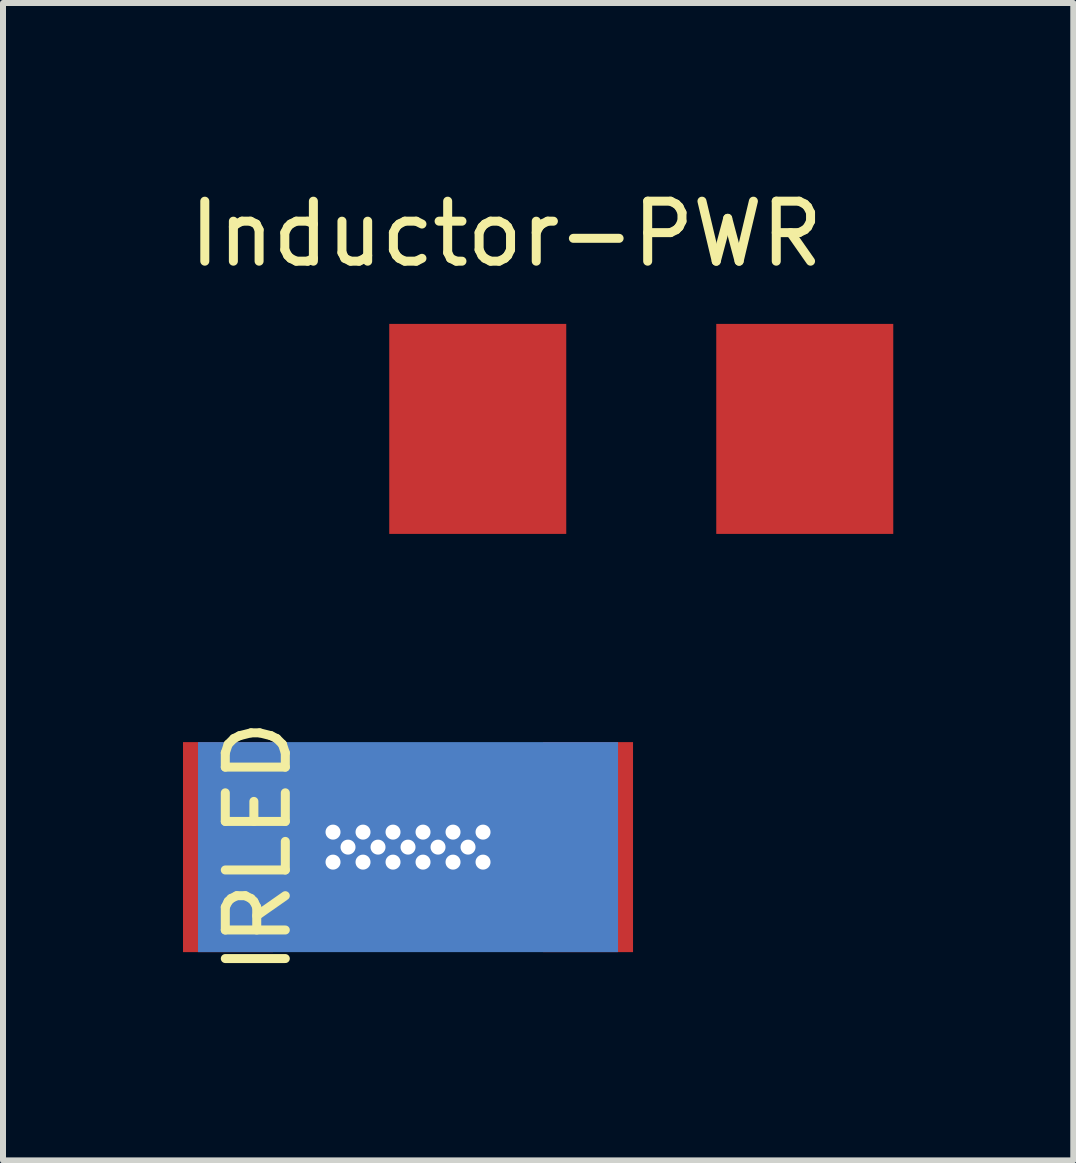
<source format=kicad_pcb>
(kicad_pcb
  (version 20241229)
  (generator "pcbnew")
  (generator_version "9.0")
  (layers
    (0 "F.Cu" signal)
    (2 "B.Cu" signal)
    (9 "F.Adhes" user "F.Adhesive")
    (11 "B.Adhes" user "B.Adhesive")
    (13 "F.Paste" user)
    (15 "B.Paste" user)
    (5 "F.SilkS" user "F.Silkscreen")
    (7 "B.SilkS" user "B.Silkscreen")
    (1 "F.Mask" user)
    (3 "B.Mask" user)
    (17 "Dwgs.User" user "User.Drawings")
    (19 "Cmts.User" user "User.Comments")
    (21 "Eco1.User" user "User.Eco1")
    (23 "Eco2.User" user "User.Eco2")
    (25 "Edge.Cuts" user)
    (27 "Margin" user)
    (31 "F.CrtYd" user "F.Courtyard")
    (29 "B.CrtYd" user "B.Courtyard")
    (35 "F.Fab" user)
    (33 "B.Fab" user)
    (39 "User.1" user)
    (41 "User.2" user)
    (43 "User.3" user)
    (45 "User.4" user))
  (footprint "IRLED"
    (layer "F.Cu")
    (at 3.75 11.068)
    (property "Reference" "IRLED" (at -2.5 0 90) (layer "F.SilkS") (effects (font (size 1 1) (thickness 0.15))))
    (attr through_hole)
    (pad "" smd rect (at -3 0) (size 1.5 3.5) (layers "F.Cu"))
    (pad "" smd rect (at -1.85 0) (size 0.9 1) (layers "F.Cu"))
    (pad "" thru_hole circle (at -1.25 -0.25) (size 0.3 0.3) (drill 0.25) (layers "*.Cu" "*.Mask"))
    (pad "" thru_hole circle (at -1.25 0.25) (size 0.3 0.3) (drill 0.25) (layers "*.Cu" "*.Mask"))
    (pad "" thru_hole circle (at -1 0) (size 0.3 0.3) (drill 0.25) (layers "*.Cu" "*.Mask"))
    (pad "" thru_hole circle (at -0.75 -0.25) (size 0.3 0.3) (drill 0.25) (layers "*.Cu" "*.Mask"))
    (pad "" thru_hole circle (at -0.75 0.25) (size 0.3 0.3) (drill 0.25) (layers "*.Cu" "*.Mask"))
    (pad "" thru_hole circle (at -0.5 0) (size 0.3 0.3) (drill 0.25) (layers "*.Cu" "*.Mask"))
    (pad "" thru_hole circle (at -0.25 -0.25) (size 0.3 0.3) (drill 0.25) (layers "*.Cu" "*.Mask"))
    (pad "" thru_hole circle (at -0.25 0.25) (size 0.3 0.3) (drill 0.25) (layers "*.Cu" "*.Mask"))
    (pad "" thru_hole circle (at 0 0) (size 0.6 0.6) (drill 0.25) (layers "*.Cu" "*.Mask"))
    (pad "" smd rect (at 0 0) (size 2.8 1) (layers "F.Cu" "F.Mask" "F.Paste"))
    (pad "" smd rect (at 0 0) (size 7 3.5) (layers "B.Cu" "B.Mask"))
    (pad "" thru_hole circle (at 0.25 -0.25) (size 0.3 0.3) (drill 0.25) (layers "*.Cu" "*.Mask"))
    (pad "" thru_hole circle (at 0.25 0.25) (size 0.3 0.3) (drill 0.25) (layers "*.Cu" "*.Mask"))
    (pad "" thru_hole circle (at 0.5 0) (size 0.3 0.3) (drill 0.25) (layers "*.Cu" "*.Mask"))
    (pad "" thru_hole circle (at 0.75 -0.25) (size 0.3 0.3) (drill 0.25) (layers "*.Cu" "*.Mask"))
    (pad "" thru_hole circle (at 0.75 0.25) (size 0.3 0.3) (drill 0.25) (layers "*.Cu" "*.Mask"))
    (pad "" thru_hole circle (at 1 0) (size 0.3 0.3) (drill 0.25) (layers "*.Cu" "*.Mask"))
    (pad "" thru_hole circle (at 1.25 -0.25) (size 0.3 0.3) (drill 0.25) (layers "*.Cu" "*.Mask"))
    (pad "" thru_hole circle (at 1.25 0.25) (size 0.3 0.3) (drill 0.25) (layers "*.Cu" "*.Mask"))
    (pad "" smd rect (at 1.85 0) (size 0.9 1) (layers "F.Cu"))
    (pad "" smd rect (at 3 0) (size 1.5 3.5) (layers "F.Cu"))
    (pad "A@1" smd rect (at 0 1.125) (size 2.8 0.55) (layers "F.Cu" "F.Mask" "F.Paste"))
    (pad "C@1" smd rect (at 0 -1.15) (size 2.8 0.55) (layers "F.Cu" "F.Mask" "F.Paste")))
  (footprint "Inductor-PWR"
    (layer "F.Cu")
    (at 7.637 4.098)
    (property "Reference" "Inductor-PWR" (at -2.25 -3.25 0) (layer "F.SilkS") (effects (font (size 1 1) (thickness 0.15))))
    (attr through_hole)
    (pad "p$1" smd rect (at -2.725 0) (size 2.95 3.5) (layers "F.Cu" "F.Mask" "F.Paste"))
    (pad "p$2" smd rect (at 2.725 0) (size 2.95 3.5) (layers "F.Cu" "F.Mask" "F.Paste")))
  (gr_rect
    (start -3 -3)
    (end 14.837 16.289)
    (stroke (width 0.1) (type default))
    (fill no)
    (layer "Edge.Cuts")))
</source>
